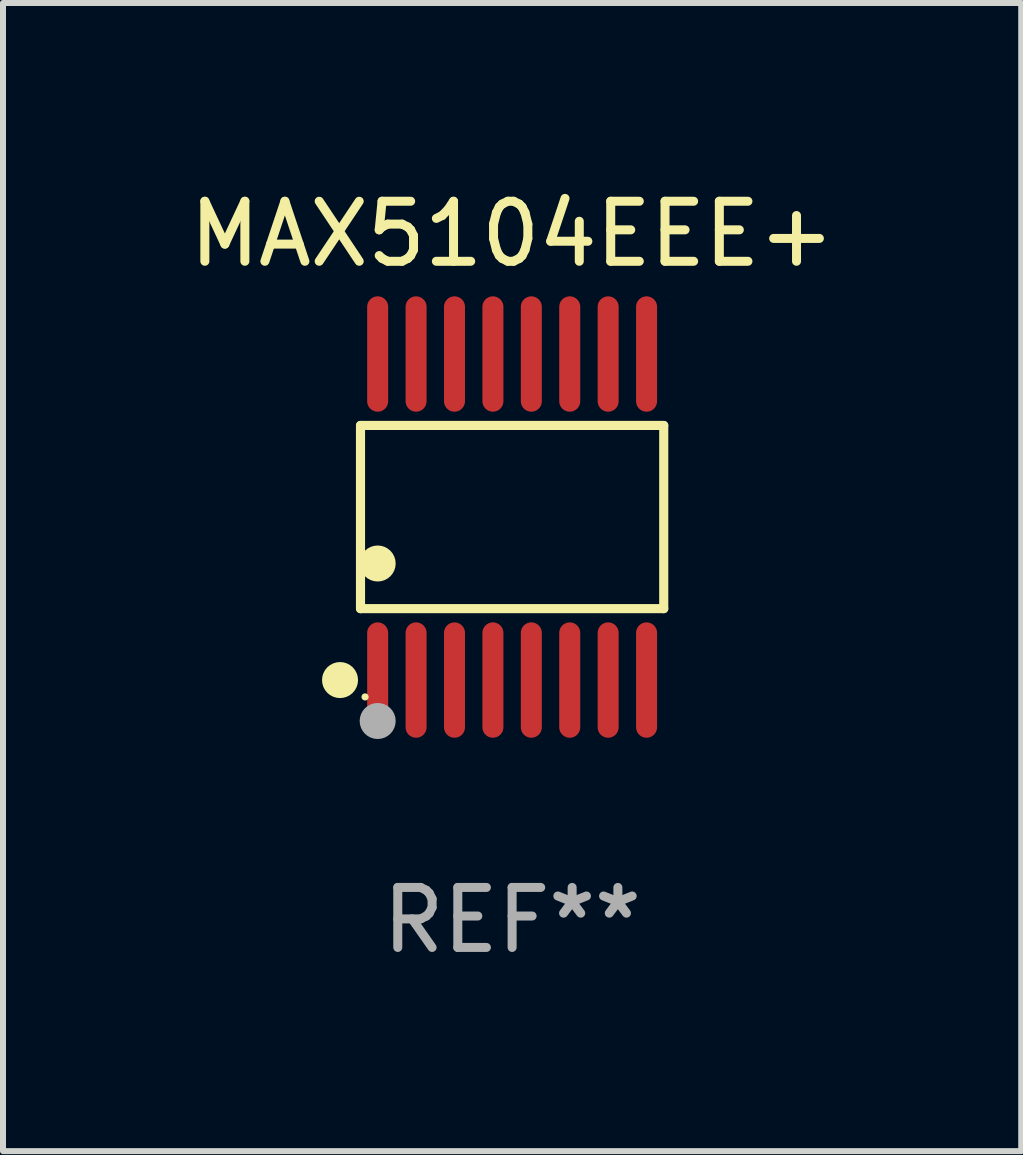
<source format=kicad_pcb>
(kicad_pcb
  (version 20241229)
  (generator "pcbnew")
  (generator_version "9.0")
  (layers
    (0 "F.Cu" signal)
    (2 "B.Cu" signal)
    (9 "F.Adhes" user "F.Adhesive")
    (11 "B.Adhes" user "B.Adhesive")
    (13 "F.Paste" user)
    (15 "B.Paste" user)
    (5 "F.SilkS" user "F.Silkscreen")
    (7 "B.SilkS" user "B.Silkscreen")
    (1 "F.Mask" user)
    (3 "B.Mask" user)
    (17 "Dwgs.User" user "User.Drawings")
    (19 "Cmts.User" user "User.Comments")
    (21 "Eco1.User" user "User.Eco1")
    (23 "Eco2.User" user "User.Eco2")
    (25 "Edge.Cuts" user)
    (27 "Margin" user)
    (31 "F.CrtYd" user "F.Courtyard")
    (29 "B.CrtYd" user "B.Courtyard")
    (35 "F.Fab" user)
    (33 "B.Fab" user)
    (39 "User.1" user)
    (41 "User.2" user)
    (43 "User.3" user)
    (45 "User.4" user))
  (footprint "MAX5104EEE+"
    (layer "F.Cu")
    (at 5.482 5.564)
    (property "Reference" "MAX5104EEE+" (at 0 -4.716 0) (layer "F.SilkS") (effects (font (size 1 1) (thickness 0.15))))
    (attr through_hole)
    (fp_line (start -2.526 -1.526) (end 2.526 -1.526) (stroke (width 0.152) (type solid)) (layer "F.SilkS"))
    (fp_line (start -2.526 1.526) (end -2.526 -1.526) (stroke (width 0.152) (type solid)) (layer "F.SilkS"))
    (fp_line (start 2.526 -1.526) (end 2.526 1.526) (stroke (width 0.152) (type solid)) (layer "F.SilkS"))
    (fp_line (start 2.526 1.526) (end -2.526 1.526) (stroke (width 0.152) (type solid)) (layer "F.SilkS"))
    (fp_circle (center -2.867 2.716) (end -2.717 2.716) (stroke (width 0.3) (type solid)) (fill no) (layer "F.SilkS"))
    (fp_circle (center -2.45 2.997) (end -2.42 2.997) (stroke (width 0.06) (type solid)) (fill no) (layer "F.SilkS"))
    (fp_circle (center -2.24 0.774) (end -2.09 0.774) (stroke (width 0.3) (type solid)) (fill no) (layer "F.SilkS"))
    (fp_circle (center -2.24 3.398) (end -2.09 3.398) (stroke (width 0.3) (type solid)) (fill no) (layer "F.Fab"))
    (fp_text user "REF**" (at 0 6.716 0) (layer "F.Fab") (effects (font (size 1 1) (thickness 0.15))))
    (pad "1" smd oval (at -2.24 2.716) (size 0.35 1.922) (layers "F.Cu" "F.Mask" "F.Paste"))
    (pad "2" smd oval (at -1.6 2.716) (size 0.35 1.922) (layers "F.Cu" "F.Mask" "F.Paste"))
    (pad "3" smd oval (at -0.96 2.716) (size 0.35 1.922) (layers "F.Cu" "F.Mask" "F.Paste"))
    (pad "4" smd oval (at -0.32 2.716) (size 0.35 1.922) (layers "F.Cu" "F.Mask" "F.Paste"))
    (pad "5" smd oval (at 0.32 2.716) (size 0.35 1.922) (layers "F.Cu" "F.Mask" "F.Paste"))
    (pad "6" smd oval (at 0.96 2.716) (size 0.35 1.922) (layers "F.Cu" "F.Mask" "F.Paste"))
    (pad "7" smd oval (at 1.6 2.716) (size 0.35 1.922) (layers "F.Cu" "F.Mask" "F.Paste"))
    (pad "8" smd oval (at 2.24 2.716) (size 0.35 1.922) (layers "F.Cu" "F.Mask" "F.Paste"))
    (pad "9" smd oval (at 2.24 -2.716) (size 0.35 1.922) (layers "F.Cu" "F.Mask" "F.Paste"))
    (pad "10" smd oval (at 1.6 -2.716) (size 0.35 1.922) (layers "F.Cu" "F.Mask" "F.Paste"))
    (pad "11" smd oval (at 0.96 -2.716) (size 0.35 1.922) (layers "F.Cu" "F.Mask" "F.Paste"))
    (pad "12" smd oval (at 0.32 -2.716) (size 0.35 1.922) (layers "F.Cu" "F.Mask" "F.Paste"))
    (pad "13" smd oval (at -0.32 -2.716) (size 0.35 1.922) (layers "F.Cu" "F.Mask" "F.Paste"))
    (pad "14" smd oval (at -0.96 -2.716) (size 0.35 1.922) (layers "F.Cu" "F.Mask" "F.Paste"))
    (pad "15" smd oval (at -1.6 -2.716) (size 0.35 1.922) (layers "F.Cu" "F.Mask" "F.Paste"))
    (pad "16" smd oval (at -2.24 -2.716) (size 0.35 1.922) (layers "F.Cu" "F.Mask" "F.Paste")))
  (gr_rect
    (start -3 -3)
    (end 13.964 16.128)
    (stroke (width 0.1) (type default))
    (fill no)
    (layer "Edge.Cuts")))
</source>
